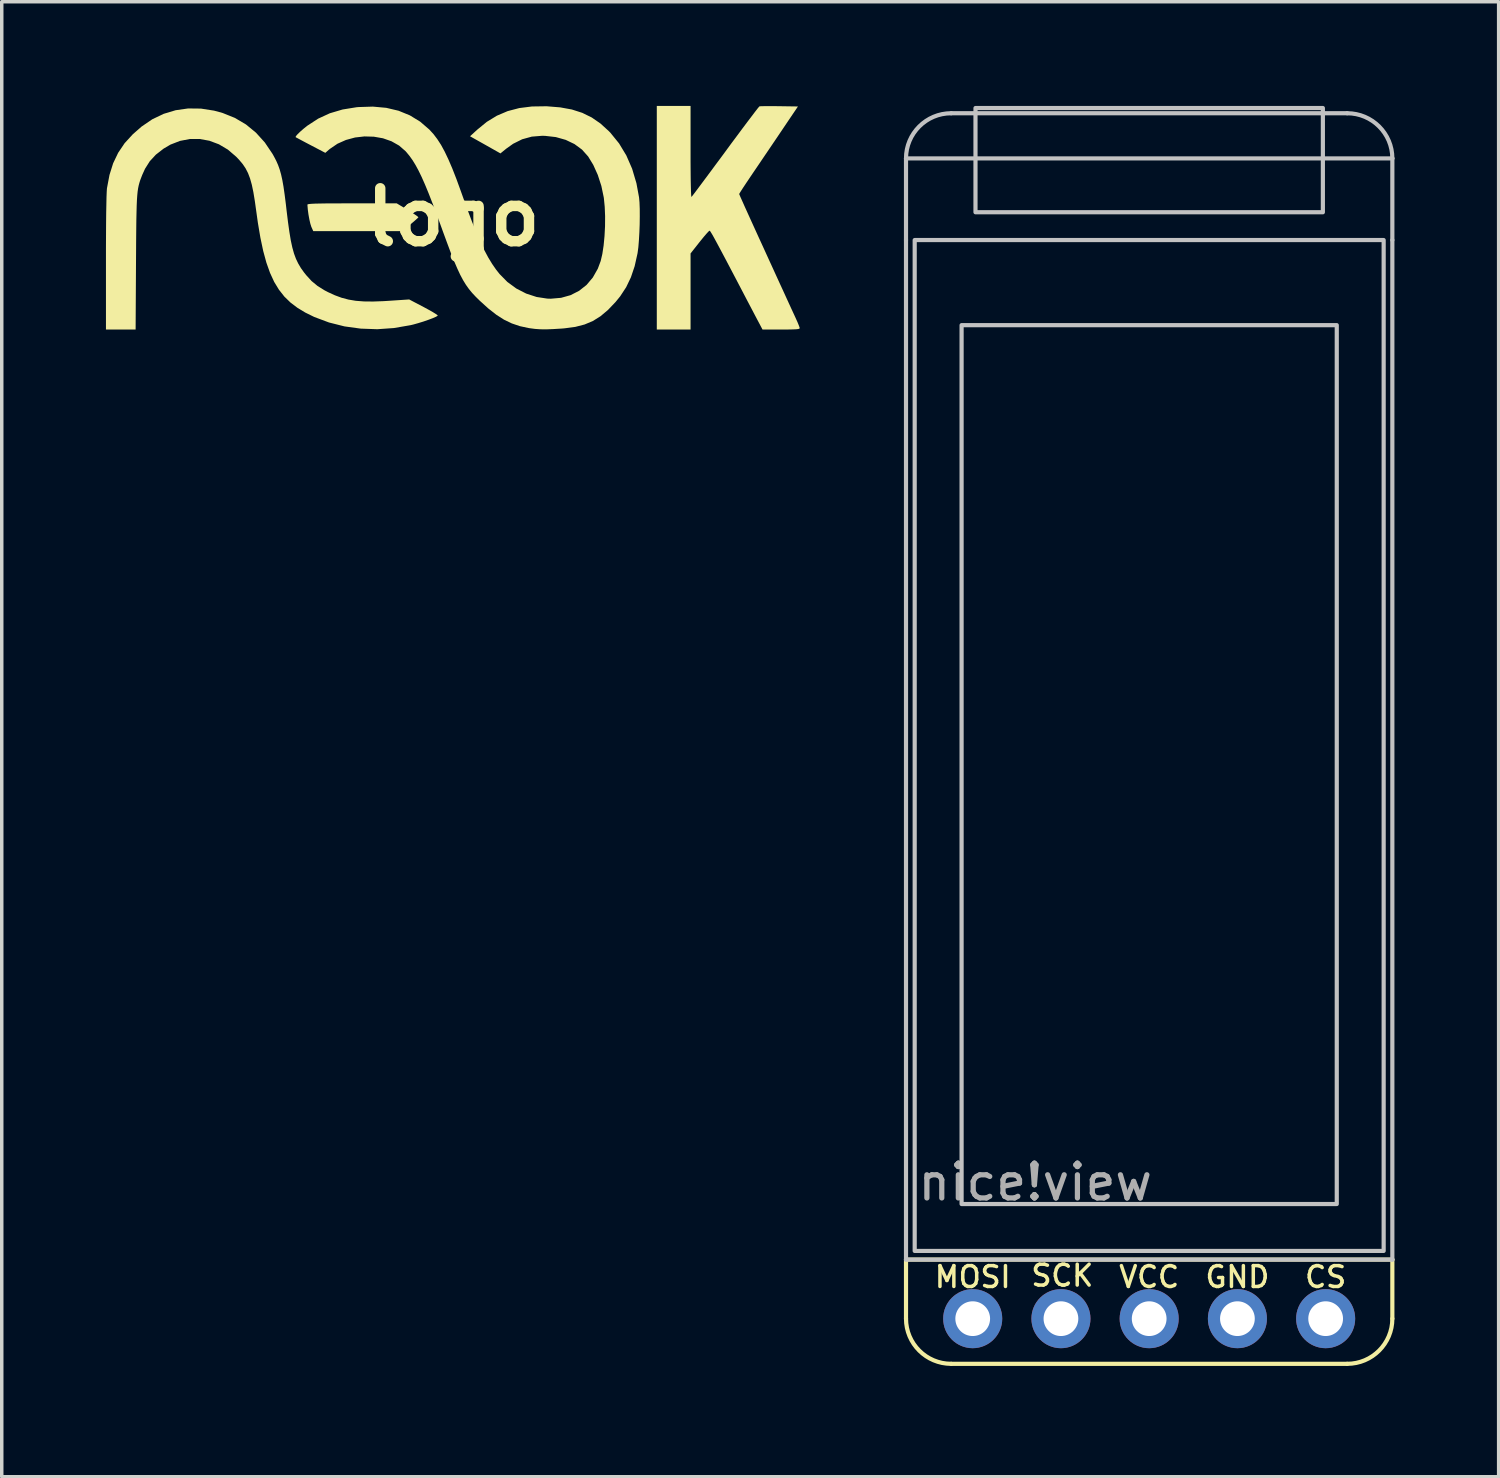
<source format=kicad_pcb>
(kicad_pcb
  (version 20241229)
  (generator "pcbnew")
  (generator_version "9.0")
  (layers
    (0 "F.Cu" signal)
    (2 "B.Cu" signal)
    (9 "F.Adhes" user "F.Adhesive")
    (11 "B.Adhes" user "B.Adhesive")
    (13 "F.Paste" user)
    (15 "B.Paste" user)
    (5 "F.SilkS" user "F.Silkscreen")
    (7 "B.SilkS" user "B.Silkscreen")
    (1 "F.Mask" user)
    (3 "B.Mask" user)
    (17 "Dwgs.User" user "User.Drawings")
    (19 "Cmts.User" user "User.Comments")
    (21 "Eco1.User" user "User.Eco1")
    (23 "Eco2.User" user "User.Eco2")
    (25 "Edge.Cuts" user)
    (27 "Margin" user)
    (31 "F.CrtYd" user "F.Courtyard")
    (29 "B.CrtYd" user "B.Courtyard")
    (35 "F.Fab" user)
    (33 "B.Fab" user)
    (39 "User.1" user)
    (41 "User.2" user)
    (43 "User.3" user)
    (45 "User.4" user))
  (footprint "nice!view"
    (layer "F.Cu")
    (at 30.031 36.21)
    (property "Reference" "nice!view" (at -3.28 -5.23 0) (unlocked yes) (layer "F.Fab") (effects (font (size 1 1) (thickness 0.15))))
    (attr smd)
    (fp_line (start -7 -3) (end -7 -1.3) (stroke (width 0.12) (type solid)) (layer "F.SilkS"))
    (fp_line (start -7 -3) (end 7 -3) (stroke (width 0.12) (type solid)) (layer "F.SilkS"))
    (fp_line (start -5.7 0) (end 5.7 0) (stroke (width 0.12) (type solid)) (layer "F.SilkS"))
    (fp_line (start 7 -3) (end 7 -1.3) (stroke (width 0.12) (type solid)) (layer "F.SilkS"))
    (fp_arc (start -5.7 0) (mid -6.619239 -0.380761) (end -7 -1.3) (stroke (width 0.12) (type solid)) (layer "F.SilkS"))
    (fp_arc (start 7 -1.3) (mid 6.619239 -0.380761) (end 5.7 0) (stroke (width 0.12) (type solid)) (layer "F.SilkS"))
    (fp_line (start -7 -34.7) (end 7 -34.7) (stroke (width 0.12) (type solid)) (layer "Dwgs.User"))
    (fp_line (start -7 -32.35) (end -7 -34.7) (stroke (width 0.12) (type solid)) (layer "Dwgs.User"))
    (fp_line (start -7 -32.35) (end -7 -3) (stroke (width 0.12) (type solid)) (layer "Dwgs.User"))
    (fp_line (start -7 -3) (end 7 -3) (stroke (width 0.12) (type solid)) (layer "Dwgs.User"))
    (fp_line (start -5.7 -36) (end 5.7 -36) (stroke (width 0.12) (type solid)) (layer "Dwgs.User"))
    (fp_line (start 7 -32.35) (end 7 -34.7) (stroke (width 0.12) (type solid)) (layer "Dwgs.User"))
    (fp_line (start 7 -32.35) (end 7 -3) (stroke (width 0.12) (type solid)) (layer "Dwgs.User"))
    (fp_rect (start -6.75 -32.35) (end 6.75 -3.25) (stroke (width 0.12) (type solid)) (fill no) (layer "Dwgs.User"))
    (fp_rect (start 5 -33.15) (end -5 -36.15) (stroke (width 0.12) (type solid)) (fill no) (layer "Dwgs.User"))
    (fp_rect (start 5.4 -29.9) (end -5.4 -4.6) (stroke (width 0.12) (type solid)) (fill no) (layer "Dwgs.User"))
    (fp_arc (start -7 -34.7) (mid -6.619239 -35.619239) (end -5.7 -36) (stroke (width 0.12) (type solid)) (layer "Dwgs.User"))
    (fp_arc (start 5.7 -36) (mid 6.619239 -35.619239) (end 7 -34.7) (stroke (width 0.12) (type solid)) (layer "Dwgs.User"))
    (fp_text user "SCK" (at -2.5 -2.54 0) (unlocked yes) (layer "F.SilkS") (effects (font (size 0.6 0.6) (thickness 0.1))))
    (fp_text user "CS" (at 5.08 -2.5 0) (unlocked yes) (layer "F.SilkS") (effects (font (size 0.6 0.6) (thickness 0.1))))
    (fp_text user "GND" (at 2.54 -2.5 0) (unlocked yes) (layer "F.SilkS") (effects (font (size 0.6 0.6) (thickness 0.1))))
    (fp_text user "MOSI" (at -5.08 -2.5 0) (unlocked yes) (layer "F.SilkS") (effects (font (size 0.6 0.6) (thickness 0.1))))
    (fp_text user "VCC" (at 0 -2.5 0) (unlocked yes) (layer "F.SilkS") (effects (font (size 0.6 0.6) (thickness 0.1))))
    (pad "1" thru_hole circle (at 5.08 -1.3) (size 1.7 1.7) (drill 1) (layers "*.Cu" "*.Mask"))
    (pad "2" thru_hole circle (at 2.54 -1.3) (size 1.7 1.7) (drill 1) (layers "*.Cu" "*.Mask"))
    (pad "3" thru_hole circle (at 0 -1.3) (size 1.7 1.7) (drill 1) (layers "*.Cu" "*.Mask"))
    (pad "4" thru_hole circle (at -2.54 -1.3) (size 1.7 1.7) (drill 1) (layers "*.Cu" "*.Mask"))
    (pad "5" thru_hole circle (at -5.08 -1.3) (size 1.7 1.7) (drill 1) (layers "*.Cu" "*.Mask")))
  (footprint "logo"
    (layer "F.Cu")
    (at 10 3.204)
    (property "Reference" "logo" (at 0 0 0) (layer "F.SilkS") (effects (font (size 1.524 1.524) (thickness 0.3))))
    (attr board_only exclude_from_pos_files exclude_from_bom)
    (fp_poly (pts (xy -1.314 -0.21) (xy -1.196 -0.138) (xy -1.1 -0.074) (xy -1.034 -0.027) (xy -1.006 -0.001) (xy -1.006 0.001) (xy -1.03 0.027) (xy -1.089 0.081) (xy -1.173 0.153) (xy -1.242 0.212) (xy -1.469 0.4) (xy -4.032 0.4) (xy -4.089 0.272) (xy -4.116 0.187) (xy -4.144 0.065) (xy -4.17 -0.077) (xy -4.189 -0.218) (xy -4.199 -0.339) (xy -4.2 -0.365) (xy -4.188 -0.374) (xy -4.151 -0.381) (xy -4.085 -0.387) (xy -3.985 -0.392) (xy -3.847 -0.395) (xy -3.667 -0.398) (xy -3.441 -0.399) (xy -3.165 -0.4) (xy -2.915 -0.4) (xy -1.629 -0.4)) (stroke (width 0) (type solid)) (fill yes) (layer "F.SilkS"))
    (fp_poly (pts (xy 6.829 -1.886) (xy 6.829 -1.593) (xy 6.831 -1.328) (xy 6.833 -1.097) (xy 6.837 -0.904) (xy 6.841 -0.752) (xy 6.846 -0.647) (xy 6.851 -0.592) (xy 6.854 -0.585) (xy 6.876 -0.61) (xy 6.928 -0.677) (xy 7.007 -0.782) (xy 7.111 -0.921) (xy 7.236 -1.089) (xy 7.38 -1.282) (xy 7.538 -1.496) (xy 7.709 -1.726) (xy 7.83 -1.89) (xy 8.006 -2.13) (xy 8.174 -2.355) (xy 8.328 -2.563) (xy 8.467 -2.748) (xy 8.587 -2.906) (xy 8.684 -3.034) (xy 8.756 -3.127) (xy 8.8 -3.18) (xy 8.812 -3.192) (xy 8.85 -3.196) (xy 8.935 -3.198) (xy 9.058 -3.199) (xy 9.21 -3.199) (xy 9.381 -3.197) (xy 9.382 -3.197) (xy 9.92 -3.189) (xy 9.727 -2.903) (xy 9.61 -2.73) (xy 9.468 -2.519) (xy 9.308 -2.282) (xy 9.137 -2.029) (xy 8.962 -1.771) (xy 8.791 -1.518) (xy 8.63 -1.281) (xy 8.524 -1.124) (xy 8.43 -0.984) (xy 8.349 -0.862) (xy 8.285 -0.763) (xy 8.243 -0.696) (xy 8.229 -0.669) (xy 8.24 -0.64) (xy 8.273 -0.564) (xy 8.326 -0.446) (xy 8.395 -0.291) (xy 8.48 -0.104) (xy 8.577 0.11) (xy 8.685 0.347) (xy 8.8 0.6) (xy 8.832 0.669) (xy 8.956 0.94) (xy 9.077 1.206) (xy 9.194 1.461) (xy 9.302 1.698) (xy 9.399 1.91) (xy 9.482 2.09) (xy 9.547 2.232) (xy 9.591 2.329) (xy 9.592 2.331) (xy 9.664 2.488) (xy 9.74 2.654) (xy 9.811 2.807) (xy 9.86 2.914) (xy 9.909 3.024) (xy 9.947 3.117) (xy 9.969 3.179) (xy 9.971 3.193) (xy 9.961 3.207) (xy 9.927 3.218) (xy 9.861 3.225) (xy 9.758 3.229) (xy 9.61 3.232) (xy 9.436 3.232) (xy 8.9 3.232) (xy 8.798 3.039) (xy 8.749 2.947) (xy 8.681 2.818) (xy 8.601 2.665) (xy 8.515 2.502) (xy 8.463 2.403) (xy 8.267 2.028) (xy 8.096 1.702) (xy 7.948 1.42) (xy 7.821 1.179) (xy 7.714 0.978) (xy 7.625 0.811) (xy 7.553 0.678) (xy 7.496 0.573) (xy 7.452 0.495) (xy 7.419 0.441) (xy 7.397 0.406) (xy 7.382 0.389) (xy 7.376 0.386) (xy 7.349 0.407) (xy 7.294 0.466) (xy 7.218 0.554) (xy 7.128 0.664) (xy 7.088 0.714) (xy 6.829 1.042) (xy 6.829 3.232) (xy 5.857 3.232) (xy 5.857 -3.204) (xy 6.829 -3.204)) (stroke (width 0) (type solid)) (fill yes) (layer "F.SilkS"))
    (fp_poly (pts (xy -7.265 -3.128) (xy -6.888 -3.069) (xy -6.642 -3.002) (xy -6.289 -2.86) (xy -5.969 -2.671) (xy -5.682 -2.435) (xy -5.427 -2.153) (xy -5.205 -1.824) (xy -5.16 -1.743) (xy -5.097 -1.622) (xy -5.044 -1.501) (xy -4.999 -1.375) (xy -4.959 -1.234) (xy -4.923 -1.072) (xy -4.889 -0.88) (xy -4.856 -0.651) (xy -4.821 -0.376) (xy -4.801 -0.2) (xy -4.76 0.135) (xy -4.72 0.42) (xy -4.68 0.662) (xy -4.636 0.867) (xy -4.587 1.043) (xy -4.53 1.197) (xy -4.464 1.334) (xy -4.387 1.464) (xy -4.296 1.591) (xy -4.237 1.665) (xy -4.081 1.836) (xy -3.909 1.978) (xy -3.705 2.105) (xy -3.607 2.156) (xy -3.408 2.247) (xy -3.215 2.318) (xy -3.018 2.37) (xy -2.809 2.405) (xy -2.577 2.423) (xy -2.314 2.426) (xy -2.009 2.415) (xy -1.82 2.403) (xy -1.271 2.366) (xy -0.848 2.588) (xy -0.71 2.663) (xy -0.593 2.729) (xy -0.506 2.783) (xy -0.456 2.82) (xy -0.448 2.833) (xy -0.498 2.864) (xy -0.592 2.905) (xy -0.717 2.952) (xy -0.861 3.002) (xy -1.011 3.048) (xy -1.157 3.089) (xy -1.229 3.106) (xy -1.708 3.189) (xy -2.189 3.223) (xy -2.665 3.206) (xy -3.132 3.142) (xy -3.58 3.029) (xy -4.005 2.87) (xy -4.265 2.742) (xy -4.489 2.606) (xy -4.688 2.455) (xy -4.865 2.283) (xy -5.02 2.086) (xy -5.157 1.861) (xy -5.276 1.603) (xy -5.381 1.308) (xy -5.473 0.971) (xy -5.554 0.589) (xy -5.627 0.157) (xy -5.671 -0.159) (xy -5.714 -0.465) (xy -5.756 -0.721) (xy -5.801 -0.936) (xy -5.852 -1.117) (xy -5.91 -1.27) (xy -5.979 -1.405) (xy -6.062 -1.529) (xy -6.162 -1.648) (xy -6.252 -1.743) (xy -6.49 -1.947) (xy -6.748 -2.1) (xy -7.021 -2.202) (xy -7.302 -2.253) (xy -7.587 -2.252) (xy -7.869 -2.198) (xy -8.144 -2.091) (xy -8.341 -1.975) (xy -8.563 -1.802) (xy -8.738 -1.613) (xy -8.875 -1.396) (xy -8.955 -1.22) (xy -8.986 -1.14) (xy -9.014 -1.066) (xy -9.037 -0.993) (xy -9.057 -0.918) (xy -9.074 -0.836) (xy -9.088 -0.741) (xy -9.099 -0.629) (xy -9.108 -0.497) (xy -9.115 -0.338) (xy -9.12 -0.149) (xy -9.125 0.076) (xy -9.128 0.341) (xy -9.131 0.65) (xy -9.133 1.008) (xy -9.135 1.309) (xy -9.146 3.232) (xy -10 3.232) (xy -10 1.304) (xy -10 0.885) (xy -9.998 0.506) (xy -9.996 0.166) (xy -9.993 -0.129) (xy -9.988 -0.379) (xy -9.984 -0.58) (xy -9.978 -0.729) (xy -9.972 -0.825) (xy -9.969 -0.845) (xy -9.898 -1.22) (xy -9.793 -1.554) (xy -9.649 -1.855) (xy -9.463 -2.131) (xy -9.228 -2.388) (xy -8.975 -2.61) (xy -8.667 -2.82) (xy -8.339 -2.977) (xy -7.994 -3.081) (xy -7.635 -3.132)) (stroke (width 0) (type solid)) (fill yes) (layer "F.SilkS"))
    (fp_poly (pts (xy 2.7 -3.194) (xy 3.077 -3.163) (xy 3.412 -3.102) (xy 3.711 -3.006) (xy 3.984 -2.872) (xy 4.236 -2.698) (xy 4.475 -2.48) (xy 4.521 -2.433) (xy 4.771 -2.125) (xy 4.98 -1.779) (xy 5.147 -1.396) (xy 5.271 -0.978) (xy 5.346 -0.572) (xy 5.359 -0.428) (xy 5.366 -0.241) (xy 5.367 -0.024) (xy 5.364 0.208) (xy 5.355 0.443) (xy 5.342 0.666) (xy 5.326 0.863) (xy 5.305 1.021) (xy 5.301 1.044) (xy 5.22 1.408) (xy 5.112 1.728) (xy 4.975 2.014) (xy 4.803 2.276) (xy 4.671 2.438) (xy 4.452 2.668) (xy 4.237 2.849) (xy 4.016 2.987) (xy 3.778 3.087) (xy 3.511 3.156) (xy 3.204 3.197) (xy 3.122 3.204) (xy 2.877 3.219) (xy 2.675 3.227) (xy 2.503 3.225) (xy 2.349 3.214) (xy 2.197 3.194) (xy 2.167 3.189) (xy 1.915 3.135) (xy 1.683 3.056) (xy 1.46 2.949) (xy 1.238 2.807) (xy 1.007 2.626) (xy 0.761 2.403) (xy 0.645 2.289) (xy 0.542 2.179) (xy 0.449 2.066) (xy 0.363 1.945) (xy 0.28 1.81) (xy 0.198 1.656) (xy 0.114 1.476) (xy 0.024 1.266) (xy -0.074 1.02) (xy -0.182 0.731) (xy -0.306 0.394) (xy -0.329 0.329) (xy -0.471 -0.059) (xy -0.598 -0.397) (xy -0.712 -0.69) (xy -0.816 -0.942) (xy -0.912 -1.159) (xy -1.002 -1.344) (xy -1.088 -1.503) (xy -1.172 -1.64) (xy -1.258 -1.761) (xy -1.346 -1.868) (xy -1.375 -1.901) (xy -1.561 -2.063) (xy -1.78 -2.187) (xy -2.025 -2.273) (xy -2.287 -2.319) (xy -2.558 -2.327) (xy -2.829 -2.296) (xy -3.091 -2.225) (xy -3.336 -2.116) (xy -3.556 -1.966) (xy -3.586 -1.941) (xy -3.685 -1.854) (xy -4.107 -2.075) (xy -4.248 -2.149) (xy -4.37 -2.214) (xy -4.465 -2.265) (xy -4.525 -2.297) (xy -4.541 -2.307) (xy -4.532 -2.334) (xy -4.486 -2.388) (xy -4.41 -2.462) (xy -4.313 -2.547) (xy -4.203 -2.635) (xy -4.2 -2.637) (xy -3.892 -2.838) (xy -3.556 -2.993) (xy -3.188 -3.102) (xy -2.787 -3.167) (xy -2.731 -3.172) (xy -2.316 -3.185) (xy -1.931 -3.15) (xy -1.576 -3.066) (xy -1.251 -2.933) (xy -0.955 -2.752) (xy -0.688 -2.522) (xy -0.686 -2.519) (xy -0.57 -2.392) (xy -0.461 -2.248) (xy -0.354 -2.083) (xy -0.249 -1.89) (xy -0.142 -1.665) (xy -0.029 -1.402) (xy 0.091 -1.095) (xy 0.22 -0.74) (xy 0.256 -0.639) (xy 0.402 -0.232) (xy 0.537 0.126) (xy 0.662 0.438) (xy 0.78 0.711) (xy 0.893 0.949) (xy 1.004 1.157) (xy 1.115 1.34) (xy 1.229 1.505) (xy 1.33 1.633) (xy 1.555 1.862) (xy 1.814 2.052) (xy 2.097 2.197) (xy 2.397 2.295) (xy 2.705 2.342) (xy 2.806 2.345) (xy 3.102 2.319) (xy 3.374 2.243) (xy 3.62 2.118) (xy 3.835 1.948) (xy 4.015 1.735) (xy 4.159 1.481) (xy 4.242 1.259) (xy 4.289 1.058) (xy 4.326 0.815) (xy 4.352 0.543) (xy 4.367 0.258) (xy 4.369 -0.028) (xy 4.358 -0.299) (xy 4.334 -0.543) (xy 4.33 -0.572) (xy 4.261 -0.902) (xy 4.158 -1.219) (xy 4.028 -1.508) (xy 3.881 -1.749) (xy 3.704 -1.947) (xy 3.487 -2.107) (xy 3.234 -2.228) (xy 2.95 -2.308) (xy 2.641 -2.343) (xy 2.556 -2.345) (xy 2.259 -2.321) (xy 1.982 -2.245) (xy 1.721 -2.115) (xy 1.523 -1.974) (xy 1.356 -1.838) (xy 0.919 -2.085) (xy 0.481 -2.331) (xy 0.687 -2.52) (xy 0.963 -2.746) (xy 1.253 -2.923) (xy 1.563 -3.055) (xy 1.898 -3.143) (xy 2.264 -3.189) (xy 2.667 -3.195)) (stroke (width 0) (type solid)) (fill yes) (layer "F.SilkS")))
  (gr_rect
    (start -3 -3)
    (end 40.091 39.46)
    (stroke (width 0.1) (type default))
    (fill no)
    (layer "Edge.Cuts")))
</source>
